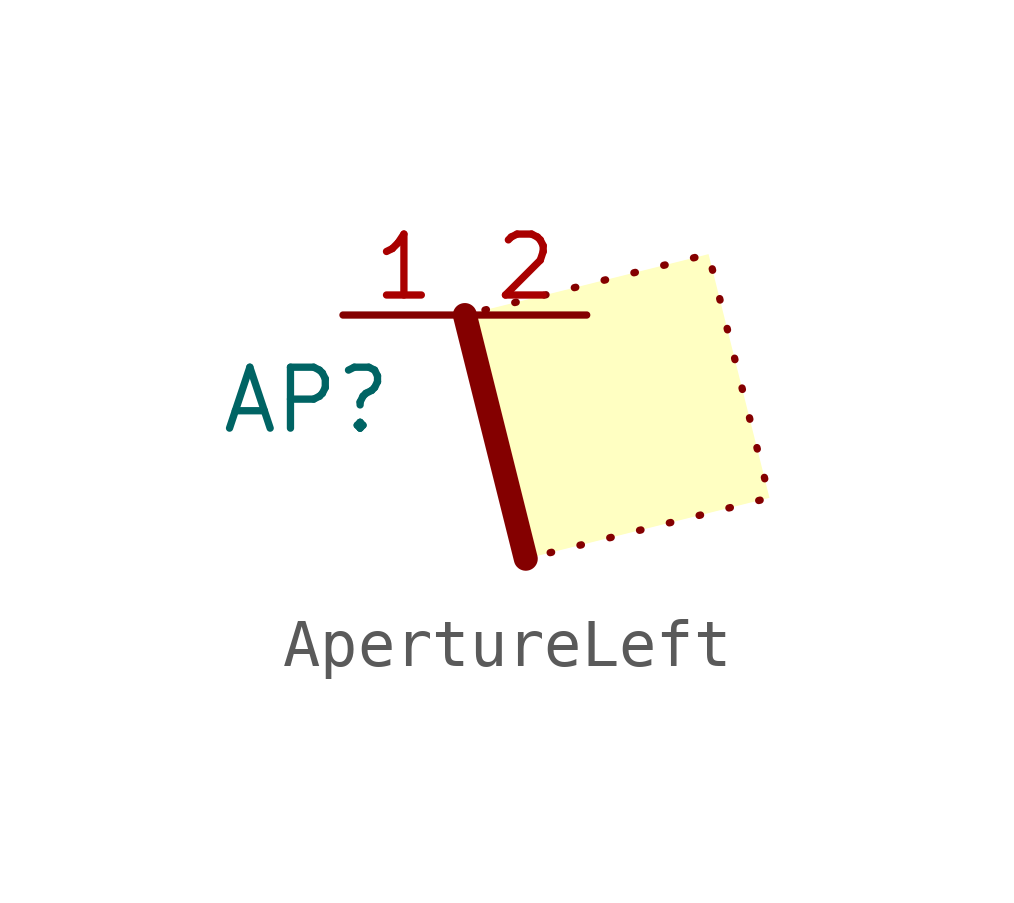
<source format=kicad_sym>
(kicad_symbol_lib
  (version 20241209)
  (generator "kicad_symbol_editor")
  (generator_version "9.0")
  (symbol "ApertureLeft"
    (property "Reference" "AP"
      (at -3.302 -1.778 0)
      (effects (font (size 1.27 1.27))))
    (property "Value" ""
      (at 0 -1.27 90)
      (effects (font (size 1.27 1.27))))
    (symbol "ApertureLeft_1_1"
      (polyline (pts (xy 0 0) (xy 1.27 -5.08)) (stroke (width 0.5) (type default)) (fill (type none)))
      (polyline (pts (xy 0 0) (xy 1.27 -5.08) (xy 6.35 -3.81) (xy 6.35 -3.81) (xy 5.08 1.27) (xy 0 0)) (stroke (width 0) (type dot)) (fill (type background)))
      (pin passive line (at -2.54 0 0) (length 2.54) (name "In" (effects (font (size 0 0)))) (number "1" (effects (font (size 1.27 1.27)))))
      (pin passive line (at 2.54 0 180) (length 2.54) (name "Out" (effects (font (size 0 0)))) (number "2" (effects (font (size 1.27 1.27))))))))
</source>
